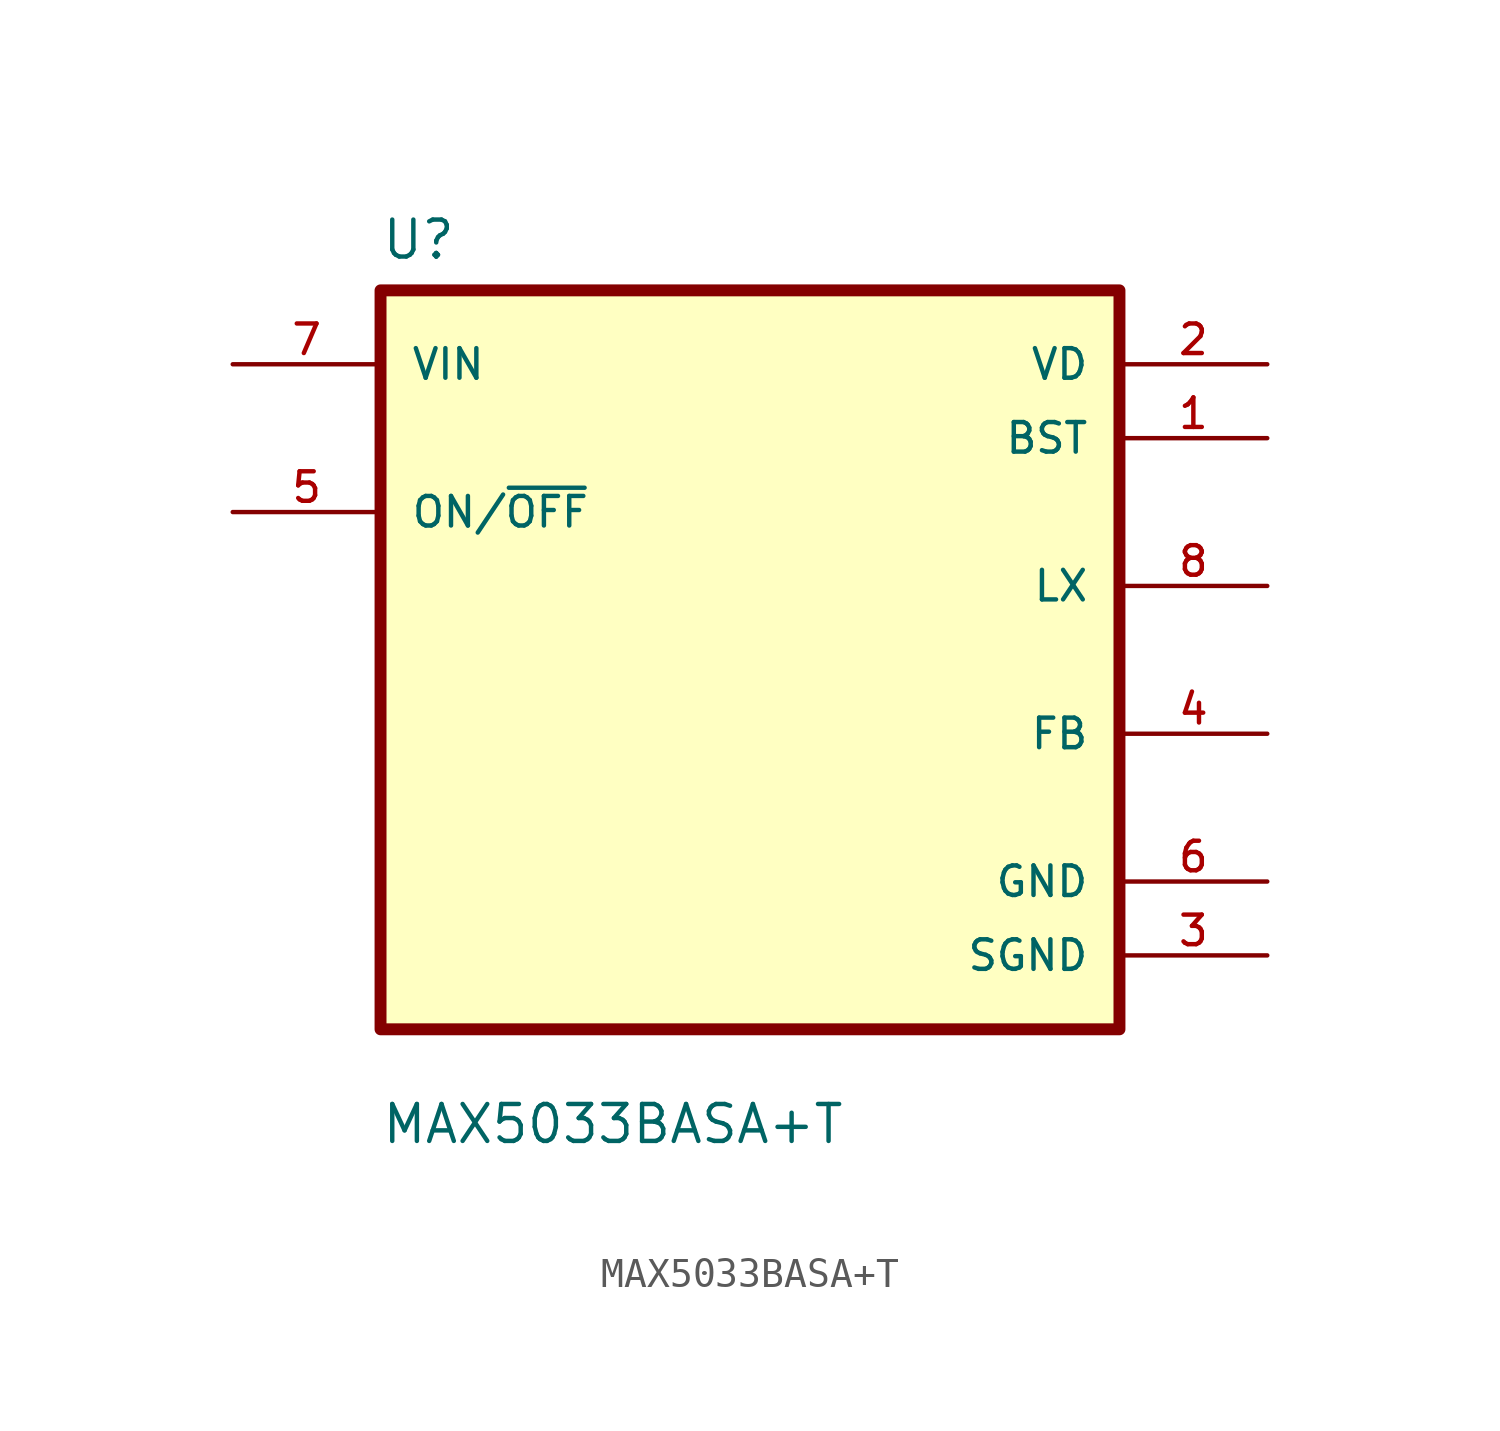
<source format=kicad_sym>
(kicad_symbol_lib
  (version 20211014)
  (generator kicad_symbol_editor)
  (symbol "MAX5033BASA+T"
    (pin_names
      (offset 1.016))
    (property "Reference" "U"
      (at -12.7 13.7 0.0)
      (effects (font (size 1.27 1.27)) (justify bottom left)))
    (property "Value" "MAX5033BASA+T"
      (at -12.7 -16.7 0.0)
      (effects (font (size 1.27 1.27)) (justify bottom left)))
    (symbol "MAX5033BASA+T_0_0"
      (rectangle (start -12.7 -12.7) (end 12.7 12.7) (stroke (width 0.41)) (fill (type background)))
      (pin input line (at 17.78 -2.54 180.0) (length 5.08) (name "FB" (effects (font (size 1.016 1.016)))) (number "4" (effects (font (size 1.016 1.016)))))
      (pin input line (at -17.78 5.08 0) (length 5.08) (name "ON/~{OFF}" (effects (font (size 1.016 1.016)))) (number "5" (effects (font (size 1.016 1.016)))))
      (pin input line (at -17.78 10.16 0) (length 5.08) (name "VIN" (effects (font (size 1.016 1.016)))) (number "7" (effects (font (size 1.016 1.016)))))
      (pin passive line (at 17.78 7.62 180.0) (length 5.08) (name "BST" (effects (font (size 1.016 1.016)))) (number "1" (effects (font (size 1.016 1.016)))))
      (pin passive line (at 17.78 2.54 180.0) (length 5.08) (name "LX" (effects (font (size 1.016 1.016)))) (number "8" (effects (font (size 1.016 1.016)))))
      (pin output line (at 17.78 10.16 180.0) (length 5.08) (name "VD" (effects (font (size 1.016 1.016)))) (number "2" (effects (font (size 1.016 1.016)))))
      (pin power_in line (at 17.78 -7.62 180.0) (length 5.08) (name "GND" (effects (font (size 1.016 1.016)))) (number "6" (effects (font (size 1.016 1.016)))))
      (pin power_in line (at 17.78 -10.16 180.0) (length 5.08) (name "SGND" (effects (font (size 1.016 1.016)))) (number "3" (effects (font (size 1.016 1.016))))))))
</source>
